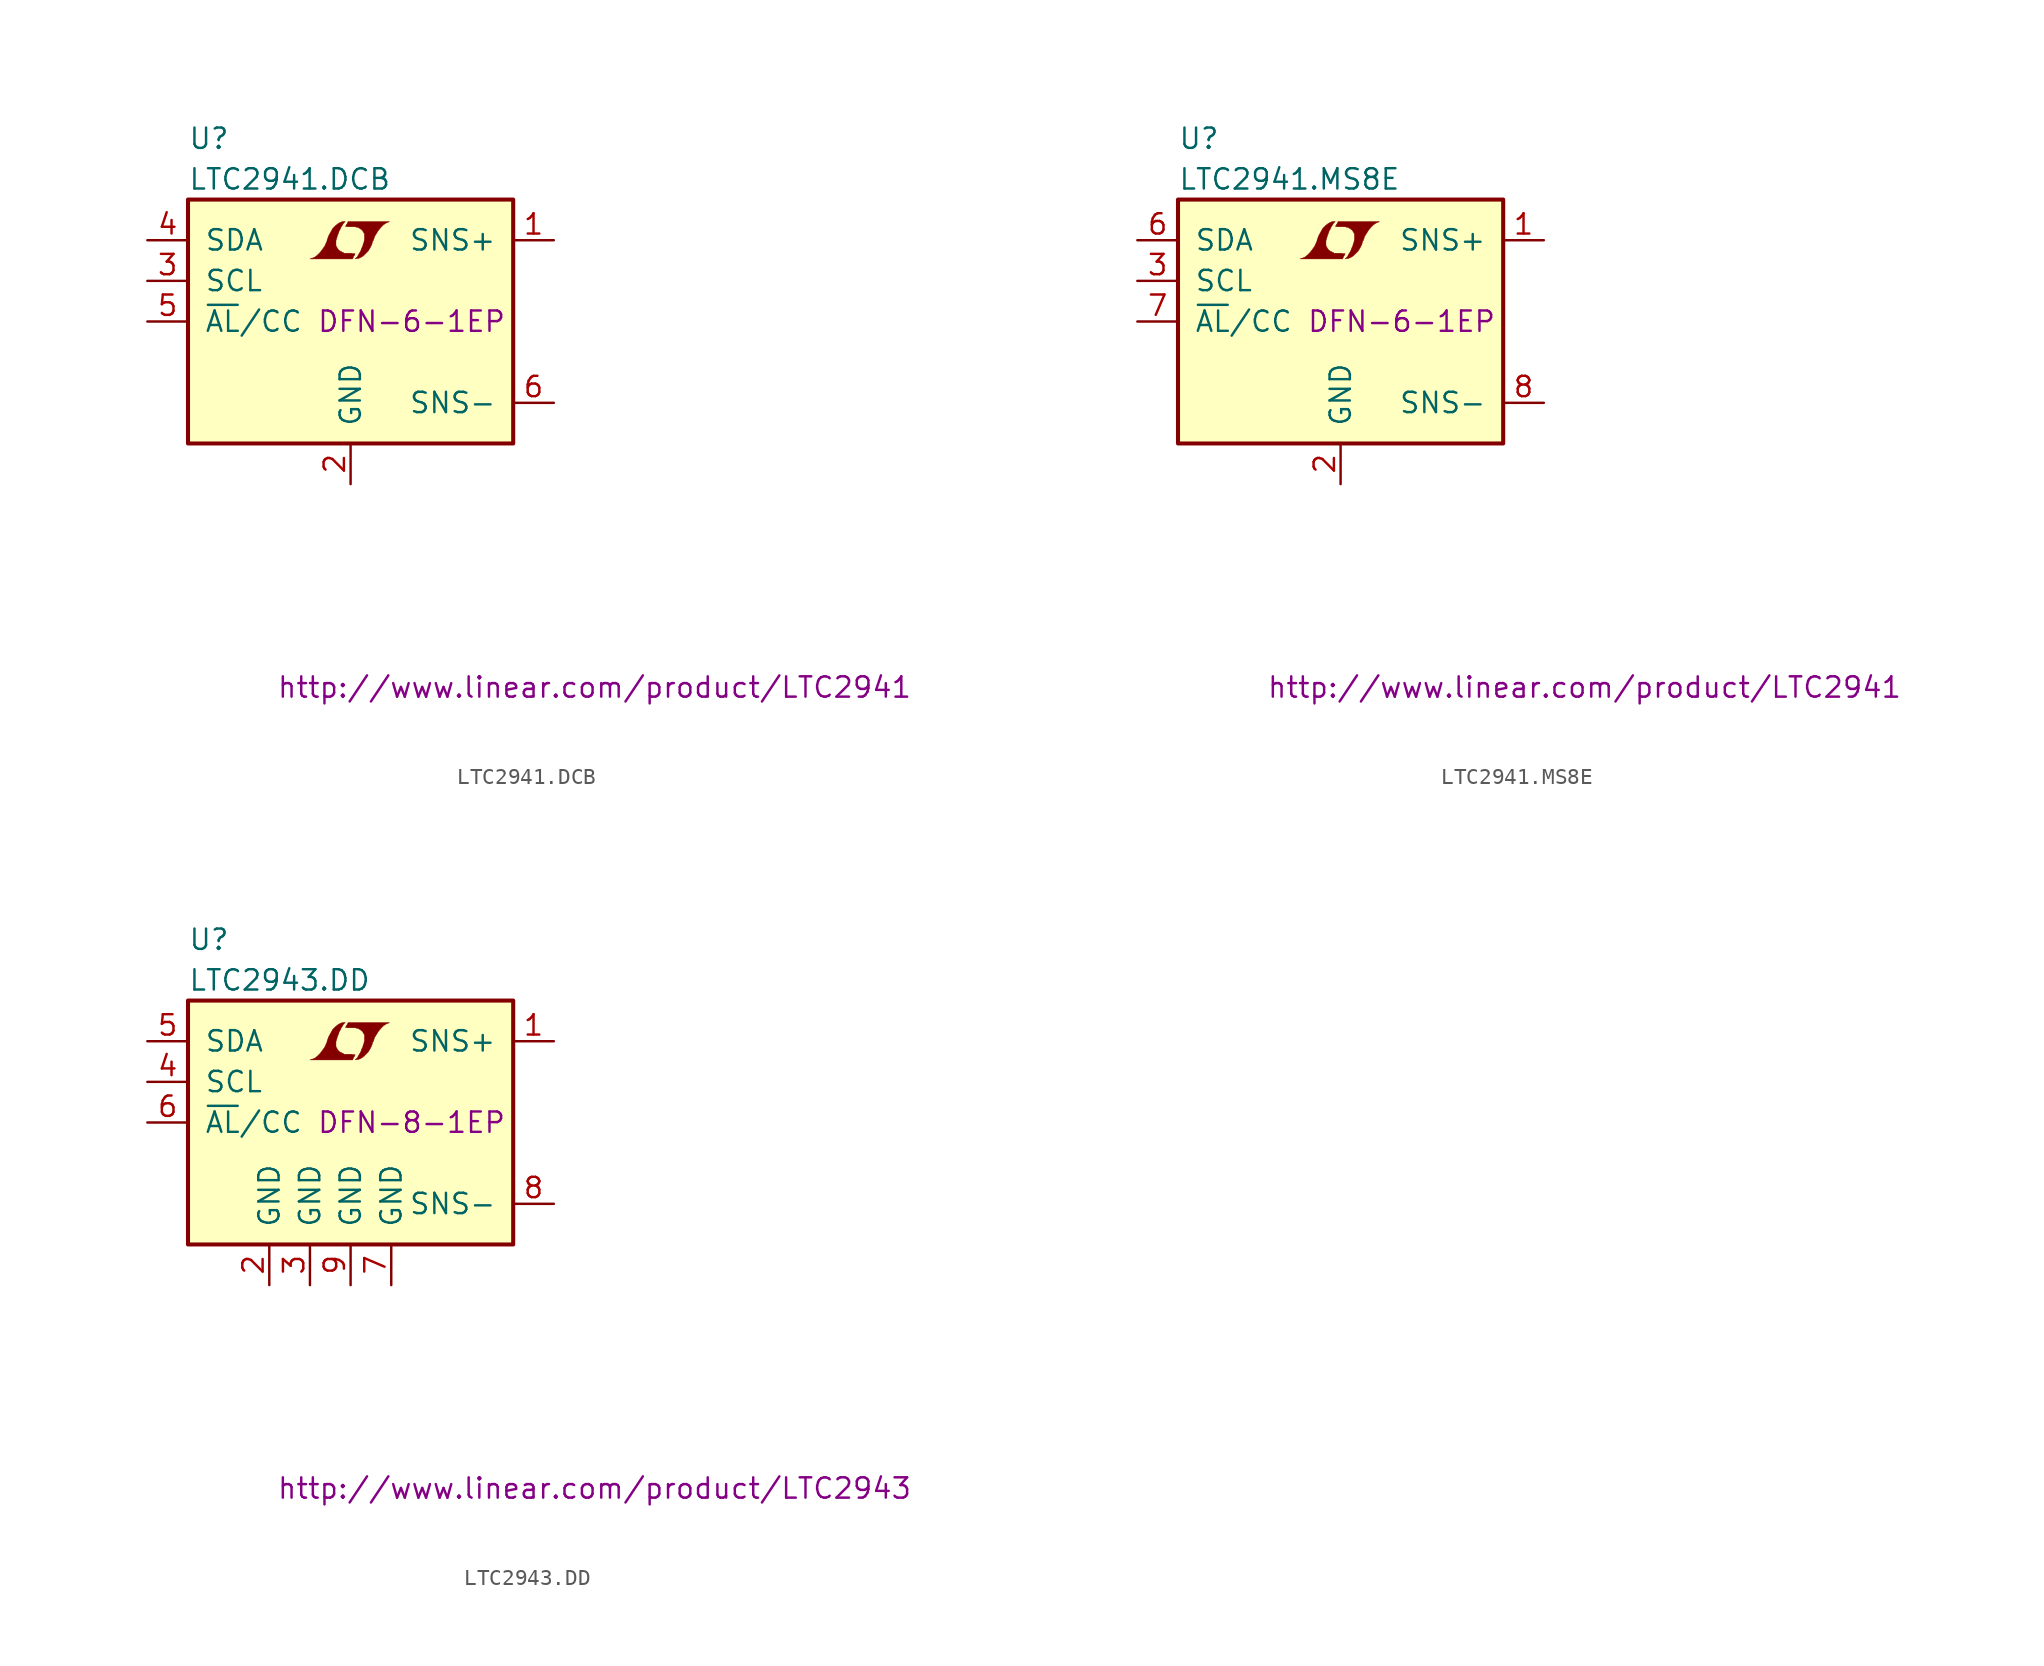
<source format=kicad_sym>
(kicad_symbol_lib
  (version 20201005)
  (generator kicad_symbol_editor)
  (symbol "LTC2941.DCB"
    (pin_names
      (offset 1.016))
    (property "Reference" "U"
      (at -10.16 11.43 0)
      (effects (font (size 1.27 1.27)) (justify left)))
    (property "Value" "LTC2941.DCB"
      (at -10.16 8.89 0)
      (effects (font (size 1.27 1.27)) (justify left)))
    (property "Footprint" "DFN-6-1EP"
      (at 3.81 0 0)
      (effects (font (size 1.27 1.27))))
    (property "Datasheet" "http://www.linear.com/product/LTC2941"
      (at 15.24 -22.86 0)
      (effects (font (size 1.27 1.27))))
    (symbol "LTC2941.DCB_0_0"
      (polyline (pts (xy 0.203 4.089) (xy 0.229 4.115) (xy 0.279 4.216) (xy 0.279 4.242) (xy 0.152 4.242) (xy 0.051 4.267) (xy -0.406 4.267) (xy -0.432 4.293) (xy -0.686 4.42) (xy -0.787 4.521) (xy -0.864 4.648) (xy -0.914 4.75) (xy -0.914 5.055) (xy -0.864 5.207) (xy -0.838 5.309) (xy -0.813 5.385) (xy -0.762 5.512) (xy -0.711 5.664) (xy -0.635 5.791) (xy -0.584 5.918) (xy -0.508 6.02) (xy -0.457 6.121) (xy -0.33 6.248) (xy -0.508 6.248) (xy -0.635 6.198) (xy -0.737 6.147) (xy -0.813 6.096) (xy -0.94 5.994) (xy -1.118 5.817) (xy -1.372 5.359) (xy -1.473 5.08) (xy -1.473 5.029) (xy -1.524 4.928) (xy -1.575 4.801) (xy -1.626 4.699) (xy -1.753 4.521) (xy -1.905 4.318) (xy -2.057 4.166) (xy -2.21 4.039) (xy -2.388 3.962) (xy -2.54 3.912) (xy 0.127 3.912) (xy 0.203 4.089)) (stroke (width 0.025)) (fill (type outline)))
      (polyline (pts (xy 0.406 3.937) (xy 0.483 3.937) (xy 0.66 4.013) (xy 0.813 4.115) (xy 1.092 4.394) (xy 1.219 4.597) (xy 1.321 4.801) (xy 1.397 5.055) (xy 1.422 5.055) (xy 1.499 5.309) (xy 1.753 5.715) (xy 1.905 5.893) (xy 2.057 6.045) (xy 2.21 6.147) (xy 2.388 6.223) (xy 2.413 6.223) (xy 2.413 6.248) (xy -0.152 6.248) (xy -0.229 6.096) (xy -0.254 6.071) (xy -0.305 5.969) (xy -0.33 5.944) (xy -0.279 5.944) (xy -0.229 5.918) (xy 0.305 5.918) (xy 0.356 5.893) (xy 0.406 5.893) (xy 0.483 5.867) (xy 0.61 5.791) (xy 0.737 5.69) (xy 0.813 5.563) (xy 0.838 5.512) (xy 0.864 5.486) (xy 0.864 5.08) (xy 0.838 5.029) (xy 0.838 4.953) (xy 0.787 4.851) (xy 0.762 4.724) (xy 0.686 4.572) (xy 0.635 4.42) (xy 0.483 4.166) (xy 0.432 4.064) (xy 0.279 3.912) (xy 0.406 3.937)) (stroke (width 0.025)) (fill (type outline))))
    (symbol "LTC2941.DCB_0_1"
      (rectangle (start -10.16 7.62) (end 10.16 -7.62) (stroke (width 0.254)) (fill (type background))))
    (symbol "LTC2941.DCB_1_1"
      (pin passive line (at 12.7 5.08 180) (length 2.54) (name "SNS+" (effects (font (size 1.27 1.27)))) (number "1" (effects (font (size 1.27 1.27)))))
      (pin power_in line (at 0 -10.16 90) (length 2.54) (name "GND" (effects (font (size 1.27 1.27)))) (number "2" (effects (font (size 1.27 1.27)))))
      (pin input line (at -12.7 2.54 0) (length 2.54) (name "SCL" (effects (font (size 1.27 1.27)))) (number "3" (effects (font (size 1.27 1.27)))))
      (pin bidirectional line (at -12.7 5.08 0) (length 2.54) (name "SDA" (effects (font (size 1.27 1.27)))) (number "4" (effects (font (size 1.27 1.27)))))
      (pin output line (at -12.7 0 0) (length 2.54) (name "~AL~/CC" (effects (font (size 1.27 1.27)))) (number "5" (effects (font (size 1.27 1.27)))))
      (pin passive line (at 12.7 -5.08 180) (length 2.54) (name "SNS-" (effects (font (size 1.27 1.27)))) (number "6" (effects (font (size 1.27 1.27)))))
      (pin unconnected line (at 12.7 0 180) (length 2.54) hide (name "DNC" (effects (font (size 1.27 1.27)))) (number "7" (effects (font (size 1.27 1.27)))))))
  (symbol "LTC2941.MS8E"
    (pin_names
      (offset 1.016))
    (property "Reference" "U"
      (at -10.16 11.43 0)
      (effects (font (size 1.27 1.27)) (justify left)))
    (property "Value" "LTC2941.MS8E"
      (at -10.16 8.89 0)
      (effects (font (size 1.27 1.27)) (justify left)))
    (property "Footprint" "DFN-6-1EP"
      (at 3.81 0 0)
      (effects (font (size 1.27 1.27))))
    (property "Datasheet" "http://www.linear.com/product/LTC2941"
      (at 15.24 -22.86 0)
      (effects (font (size 1.27 1.27))))
    (symbol "LTC2941.MS8E_0_0"
      (polyline (pts (xy 0.203 4.089) (xy 0.229 4.115) (xy 0.279 4.216) (xy 0.279 4.242) (xy 0.152 4.242) (xy 0.051 4.267) (xy -0.406 4.267) (xy -0.432 4.293) (xy -0.686 4.42) (xy -0.787 4.521) (xy -0.864 4.648) (xy -0.914 4.75) (xy -0.914 5.055) (xy -0.864 5.207) (xy -0.838 5.309) (xy -0.813 5.385) (xy -0.762 5.512) (xy -0.711 5.664) (xy -0.635 5.791) (xy -0.584 5.918) (xy -0.508 6.02) (xy -0.457 6.121) (xy -0.33 6.248) (xy -0.508 6.248) (xy -0.635 6.198) (xy -0.737 6.147) (xy -0.813 6.096) (xy -0.94 5.994) (xy -1.118 5.817) (xy -1.372 5.359) (xy -1.473 5.08) (xy -1.473 5.029) (xy -1.524 4.928) (xy -1.575 4.801) (xy -1.626 4.699) (xy -1.753 4.521) (xy -1.905 4.318) (xy -2.057 4.166) (xy -2.21 4.039) (xy -2.388 3.962) (xy -2.54 3.912) (xy 0.127 3.912) (xy 0.203 4.089)) (stroke (width 0.025)) (fill (type outline)))
      (polyline (pts (xy 0.406 3.937) (xy 0.483 3.937) (xy 0.66 4.013) (xy 0.813 4.115) (xy 1.092 4.394) (xy 1.219 4.597) (xy 1.321 4.801) (xy 1.397 5.055) (xy 1.422 5.055) (xy 1.499 5.309) (xy 1.753 5.715) (xy 1.905 5.893) (xy 2.057 6.045) (xy 2.21 6.147) (xy 2.388 6.223) (xy 2.413 6.223) (xy 2.413 6.248) (xy -0.152 6.248) (xy -0.229 6.096) (xy -0.254 6.071) (xy -0.305 5.969) (xy -0.33 5.944) (xy -0.279 5.944) (xy -0.229 5.918) (xy 0.305 5.918) (xy 0.356 5.893) (xy 0.406 5.893) (xy 0.483 5.867) (xy 0.61 5.791) (xy 0.737 5.69) (xy 0.813 5.563) (xy 0.838 5.512) (xy 0.864 5.486) (xy 0.864 5.08) (xy 0.838 5.029) (xy 0.838 4.953) (xy 0.787 4.851) (xy 0.762 4.724) (xy 0.686 4.572) (xy 0.635 4.42) (xy 0.483 4.166) (xy 0.432 4.064) (xy 0.279 3.912) (xy 0.406 3.937)) (stroke (width 0.025)) (fill (type outline))))
    (symbol "LTC2941.MS8E_0_1"
      (rectangle (start -10.16 7.62) (end 10.16 -7.62) (stroke (width 0.254)) (fill (type background))))
    (symbol "LTC2941.MS8E_1_1"
      (pin passive line (at 12.7 5.08 180) (length 2.54) (name "SNS+" (effects (font (size 1.27 1.27)))) (number "1" (effects (font (size 1.27 1.27)))))
      (pin power_in line (at 0 -10.16 90) (length 2.54) (name "GND" (effects (font (size 1.27 1.27)))) (number "2" (effects (font (size 1.27 1.27)))))
      (pin input line (at -12.7 2.54 0) (length 2.54) (name "SCL" (effects (font (size 1.27 1.27)))) (number "3" (effects (font (size 1.27 1.27)))))
      (pin unconnected line (at 12.7 2.54 180) (length 2.54) hide (name "NC" (effects (font (size 1.27 1.27)))) (number "4" (effects (font (size 1.27 1.27)))))
      (pin unconnected line (at 12.7 -2.54 180) (length 2.54) hide (name "NC" (effects (font (size 1.27 1.27)))) (number "5" (effects (font (size 1.27 1.27)))))
      (pin bidirectional line (at -12.7 5.08 0) (length 2.54) (name "SDA" (effects (font (size 1.27 1.27)))) (number "6" (effects (font (size 1.27 1.27)))))
      (pin output line (at -12.7 0 0) (length 2.54) (name "~AL~/CC" (effects (font (size 1.27 1.27)))) (number "7" (effects (font (size 1.27 1.27)))))
      (pin passive line (at 12.7 -5.08 180) (length 2.54) (name "SNS-" (effects (font (size 1.27 1.27)))) (number "8" (effects (font (size 1.27 1.27)))))
      (pin unconnected line (at 12.7 0 180) (length 2.54) hide (name "DNC" (effects (font (size 1.27 1.27)))) (number "9" (effects (font (size 1.27 1.27)))))))
  (symbol "LTC2943.DD"
    (pin_names
      (offset 1.016))
    (property "Reference" "U"
      (at -10.16 11.43 0)
      (effects (font (size 1.27 1.27)) (justify left)))
    (property "Value" "LTC2943.DD"
      (at -10.16 8.89 0)
      (effects (font (size 1.27 1.27)) (justify left)))
    (property "Footprint" "DFN-8-1EP"
      (at 3.81 0 0)
      (effects (font (size 1.27 1.27))))
    (property "Datasheet" "http://www.linear.com/product/LTC2943"
      (at 15.24 -22.86 0)
      (effects (font (size 1.27 1.27))))
    (symbol "LTC2943.DD_0_0"
      (polyline (pts (xy 0.203 4.089) (xy 0.229 4.115) (xy 0.279 4.216) (xy 0.279 4.242) (xy 0.152 4.242) (xy 0.051 4.267) (xy -0.406 4.267) (xy -0.432 4.293) (xy -0.686 4.42) (xy -0.787 4.521) (xy -0.864 4.648) (xy -0.914 4.75) (xy -0.914 5.055) (xy -0.864 5.207) (xy -0.838 5.309) (xy -0.813 5.385) (xy -0.762 5.512) (xy -0.711 5.664) (xy -0.635 5.791) (xy -0.584 5.918) (xy -0.508 6.02) (xy -0.457 6.121) (xy -0.33 6.248) (xy -0.508 6.248) (xy -0.635 6.198) (xy -0.737 6.147) (xy -0.813 6.096) (xy -0.94 5.994) (xy -1.118 5.817) (xy -1.372 5.359) (xy -1.473 5.08) (xy -1.473 5.029) (xy -1.524 4.928) (xy -1.575 4.801) (xy -1.626 4.699) (xy -1.753 4.521) (xy -1.905 4.318) (xy -2.057 4.166) (xy -2.21 4.039) (xy -2.388 3.962) (xy -2.54 3.912) (xy 0.127 3.912) (xy 0.203 4.089)) (stroke (width 0.025)) (fill (type outline)))
      (polyline (pts (xy 0.406 3.937) (xy 0.483 3.937) (xy 0.66 4.013) (xy 0.813 4.115) (xy 1.092 4.394) (xy 1.219 4.597) (xy 1.321 4.801) (xy 1.397 5.055) (xy 1.422 5.055) (xy 1.499 5.309) (xy 1.753 5.715) (xy 1.905 5.893) (xy 2.057 6.045) (xy 2.21 6.147) (xy 2.388 6.223) (xy 2.413 6.223) (xy 2.413 6.248) (xy -0.152 6.248) (xy -0.229 6.096) (xy -0.254 6.071) (xy -0.305 5.969) (xy -0.33 5.944) (xy -0.279 5.944) (xy -0.229 5.918) (xy 0.305 5.918) (xy 0.356 5.893) (xy 0.406 5.893) (xy 0.483 5.867) (xy 0.61 5.791) (xy 0.737 5.69) (xy 0.813 5.563) (xy 0.838 5.512) (xy 0.864 5.486) (xy 0.864 5.08) (xy 0.838 5.029) (xy 0.838 4.953) (xy 0.787 4.851) (xy 0.762 4.724) (xy 0.686 4.572) (xy 0.635 4.42) (xy 0.483 4.166) (xy 0.432 4.064) (xy 0.279 3.912) (xy 0.406 3.937)) (stroke (width 0.025)) (fill (type outline))))
    (symbol "LTC2943.DD_0_1"
      (rectangle (start -10.16 7.62) (end 10.16 -7.62) (stroke (width 0.254)) (fill (type background))))
    (symbol "LTC2943.DD_1_1"
      (pin passive line (at 12.7 5.08 180) (length 2.54) (name "SNS+" (effects (font (size 1.27 1.27)))) (number "1" (effects (font (size 1.27 1.27)))))
      (pin power_in line (at -5.08 -10.16 90) (length 2.54) (name "GND" (effects (font (size 1.27 1.27)))) (number "2" (effects (font (size 1.27 1.27)))))
      (pin power_in line (at -2.54 -10.16 90) (length 2.54) (name "GND" (effects (font (size 1.27 1.27)))) (number "3" (effects (font (size 1.27 1.27)))))
      (pin input line (at -12.7 2.54 0) (length 2.54) (name "SCL" (effects (font (size 1.27 1.27)))) (number "4" (effects (font (size 1.27 1.27)))))
      (pin bidirectional line (at -12.7 5.08 0) (length 2.54) (name "SDA" (effects (font (size 1.27 1.27)))) (number "5" (effects (font (size 1.27 1.27)))))
      (pin output line (at -12.7 0 0) (length 2.54) (name "~AL~/CC" (effects (font (size 1.27 1.27)))) (number "6" (effects (font (size 1.27 1.27)))))
      (pin power_in line (at 2.54 -10.16 90) (length 2.54) (name "GND" (effects (font (size 1.27 1.27)))) (number "7" (effects (font (size 1.27 1.27)))))
      (pin passive line (at 12.7 -5.08 180) (length 2.54) (name "SNS-" (effects (font (size 1.27 1.27)))) (number "8" (effects (font (size 1.27 1.27)))))
      (pin power_in line (at 0 -10.16 90) (length 2.54) (name "GND" (effects (font (size 1.27 1.27)))) (number "9" (effects (font (size 1.27 1.27))))))))
</source>
